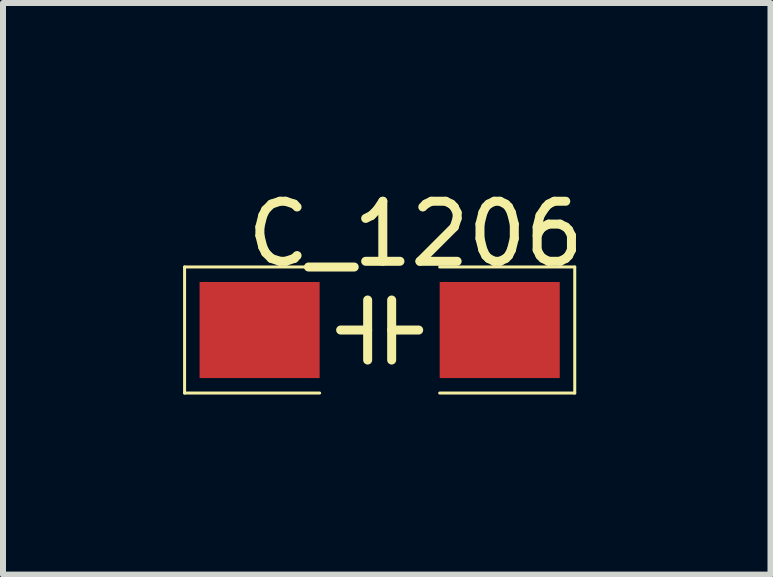
<source format=kicad_pcb>
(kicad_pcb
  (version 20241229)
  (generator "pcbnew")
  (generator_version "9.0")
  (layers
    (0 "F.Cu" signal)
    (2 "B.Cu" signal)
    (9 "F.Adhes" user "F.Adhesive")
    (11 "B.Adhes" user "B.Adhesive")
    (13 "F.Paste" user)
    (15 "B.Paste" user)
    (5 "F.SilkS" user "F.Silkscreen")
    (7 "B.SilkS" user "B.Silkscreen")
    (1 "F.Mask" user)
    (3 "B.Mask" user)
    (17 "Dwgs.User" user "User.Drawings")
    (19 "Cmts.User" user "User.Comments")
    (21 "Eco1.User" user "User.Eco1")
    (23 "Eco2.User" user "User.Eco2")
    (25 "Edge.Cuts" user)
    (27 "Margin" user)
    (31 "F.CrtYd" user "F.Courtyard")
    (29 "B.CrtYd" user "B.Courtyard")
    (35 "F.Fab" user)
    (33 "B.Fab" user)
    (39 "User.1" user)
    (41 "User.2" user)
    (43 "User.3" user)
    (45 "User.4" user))
  (footprint "C_1206"
    (layer "F.Cu")
    (at 3.275 2.448)
    (property "Reference" "C_1206" (at 0.6 -1.6 0) (layer "F.SilkS") (effects (font (size 1 1) (thickness 0.15))))
    (attr smd)
    (fp_line (start -3.25 -1.05) (end -3.25 1.05) (stroke (width 0.05) (type solid)) (layer "F.SilkS"))
    (fp_line (start -3.25 -1.05) (end -1 -1.05) (stroke (width 0.05) (type solid)) (layer "F.SilkS"))
    (fp_line (start -3.25 1.05) (end -1 1.05) (stroke (width 0.05) (type solid)) (layer "F.SilkS"))
    (fp_line (start -0.2 -0.5) (end -0.2 0.5) (stroke (width 0.15) (type solid)) (layer "F.SilkS"))
    (fp_line (start -0.2 0) (end -0.65 0) (stroke (width 0.15) (type solid)) (layer "F.SilkS"))
    (fp_line (start 0.2 -0.5) (end 0.2 0.5) (stroke (width 0.15) (type solid)) (layer "F.SilkS"))
    (fp_line (start 0.65 0) (end 0.2 0) (stroke (width 0.15) (type solid)) (layer "F.SilkS"))
    (fp_line (start 1 -1.05) (end 3.25 -1.05) (stroke (width 0.05) (type solid)) (layer "F.SilkS"))
    (fp_line (start 1 1.05) (end 3.25 1.05) (stroke (width 0.05) (type solid)) (layer "F.SilkS"))
    (fp_line (start 3.25 1.05) (end 3.25 -1.05) (stroke (width 0.05) (type solid)) (layer "F.SilkS"))
    (pad "1" smd rect (at -2 0) (size 2 1.6) (layers "F.Cu" "F.Mask" "F.Paste"))
    (pad "2" smd rect (at 2 0) (size 2 1.6) (layers "F.Cu" "F.Mask" "F.Paste")))
  (gr_rect
    (start -3 -3)
    (end 9.786 6.523)
    (stroke (width 0.1) (type default))
    (fill no)
    (layer "Edge.Cuts")))
</source>
